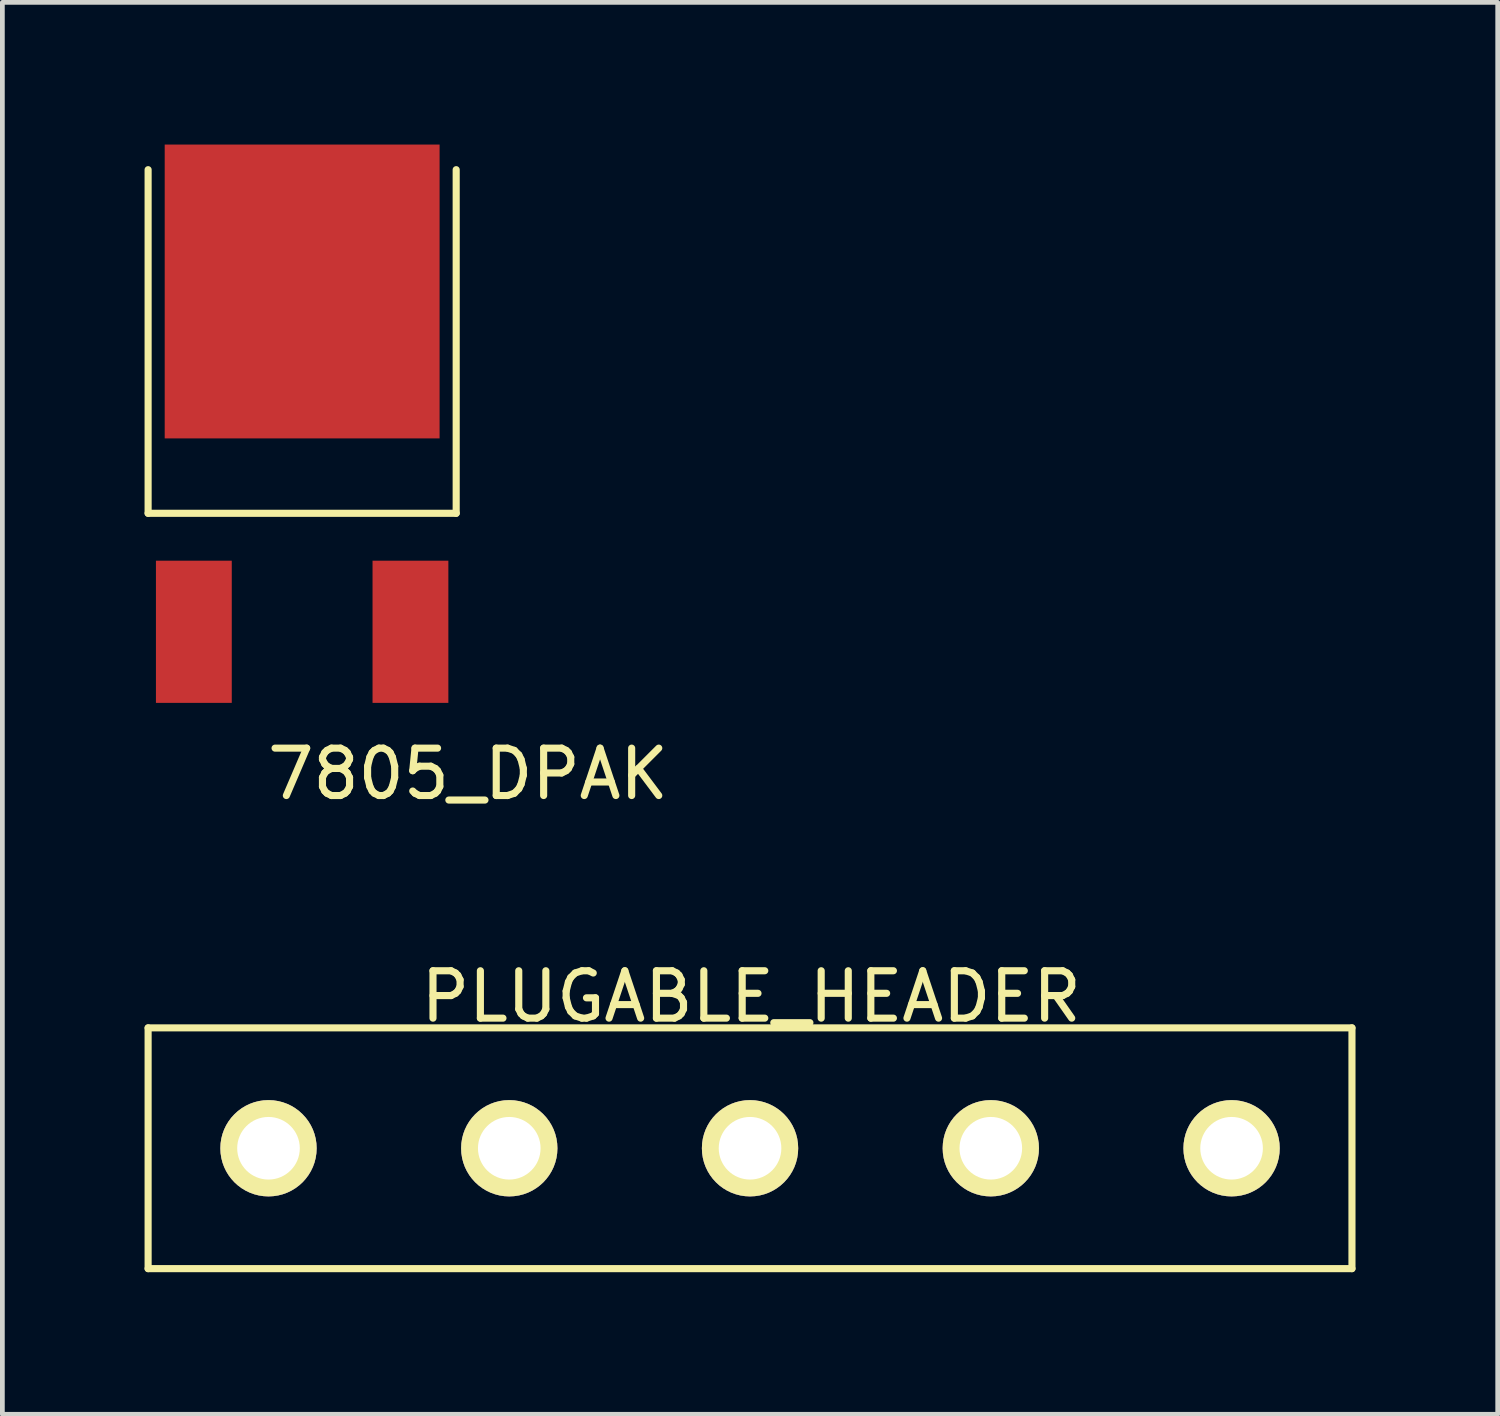
<source format=kicad_pcb>
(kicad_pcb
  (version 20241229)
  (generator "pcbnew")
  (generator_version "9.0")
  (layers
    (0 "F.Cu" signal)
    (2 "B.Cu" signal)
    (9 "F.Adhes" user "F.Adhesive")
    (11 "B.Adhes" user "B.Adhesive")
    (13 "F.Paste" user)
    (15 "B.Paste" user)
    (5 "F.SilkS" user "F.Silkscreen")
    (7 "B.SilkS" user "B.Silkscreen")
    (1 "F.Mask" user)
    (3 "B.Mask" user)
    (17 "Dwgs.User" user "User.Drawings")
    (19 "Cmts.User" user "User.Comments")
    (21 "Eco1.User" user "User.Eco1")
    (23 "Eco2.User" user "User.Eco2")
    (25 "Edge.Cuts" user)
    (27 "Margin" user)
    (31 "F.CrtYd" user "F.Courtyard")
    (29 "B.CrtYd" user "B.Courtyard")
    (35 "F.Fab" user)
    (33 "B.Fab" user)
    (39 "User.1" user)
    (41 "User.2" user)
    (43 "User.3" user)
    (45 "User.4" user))
  (footprint "7805_DPAK"
    (layer "F.Cu")
    (at 3.325 8.78)
    (property "Reference" "7805_DPAK" (at 3.5 4.5 0) (layer "F.SilkS") (effects (font (size 1 1) (thickness 0.15))))
    (attr through_hole)
    (fp_line (start -3.25 -1) (end -3.25 -8.25) (stroke (width 0.15) (type solid)) (layer "F.SilkS"))
    (fp_line (start 3.25 -8.25) (end 3.25 -1) (stroke (width 0.15) (type solid)) (layer "F.SilkS"))
    (fp_line (start 3.25 -1) (end -3.25 -1) (stroke (width 0.15) (type solid)) (layer "F.SilkS"))
    (pad "GND" smd rect (at 0 -5.68) (size 5.8 6.2) (layers "F.Cu" "F.Mask" "F.Paste"))
    (pad "VI" smd rect (at -2.285 1.5) (size 1.6 3) (layers "F.Cu" "F.Mask" "F.Paste"))
    (pad "VO" smd rect (at 2.285 1.5) (size 1.6 3) (layers "F.Cu" "F.Mask" "F.Paste")))
  (footprint "PLUGABLE_HEADER"
    (layer "F.Cu")
    (at 12.775 21.177)
    (property "Reference" "PLUGABLE_HEADER" (at 0.025 -3.2 0) (layer "F.SilkS") (effects (font (size 1 1) (thickness 0.15))))
    (attr through_hole)
    (fp_line (start -12.7 -2.54) (end 12.7 -2.54) (stroke (width 0.15) (type solid)) (layer "F.SilkS"))
    (fp_line (start -12.7 2.54) (end -12.7 -2.54) (stroke (width 0.15) (type solid)) (layer "F.SilkS"))
    (fp_line (start 12.7 -2.54) (end 12.7 2.54) (stroke (width 0.15) (type solid)) (layer "F.SilkS"))
    (fp_line (start 12.7 2.54) (end -12.7 2.54) (stroke (width 0.15) (type solid)) (layer "F.SilkS"))
    (pad "1" thru_hole circle (at -10.16 0) (size 2.032 2.032) (drill 1.321) (layers "*.Cu" "*.Mask" "F.SilkS"))
    (pad "2" thru_hole circle (at -5.08 0) (size 2.032 2.032) (drill 1.321) (layers "*.Cu" "*.Mask" "F.SilkS"))
    (pad "3" thru_hole circle (at 0 0) (size 2.032 2.032) (drill 1.321) (layers "*.Cu" "*.Mask" "F.SilkS"))
    (pad "4" thru_hole circle (at 5.08 0) (size 2.032 2.032) (drill 1.321) (layers "*.Cu" "*.Mask" "F.SilkS"))
    (pad "5" thru_hole circle (at 10.16 0) (size 2.032 2.032) (drill 1.321) (layers "*.Cu" "*.Mask" "F.SilkS")))
  (gr_rect
    (start -3 -3)
    (end 28.55 26.791)
    (stroke (width 0.1) (type default))
    (fill no)
    (layer "Edge.Cuts")))
</source>
